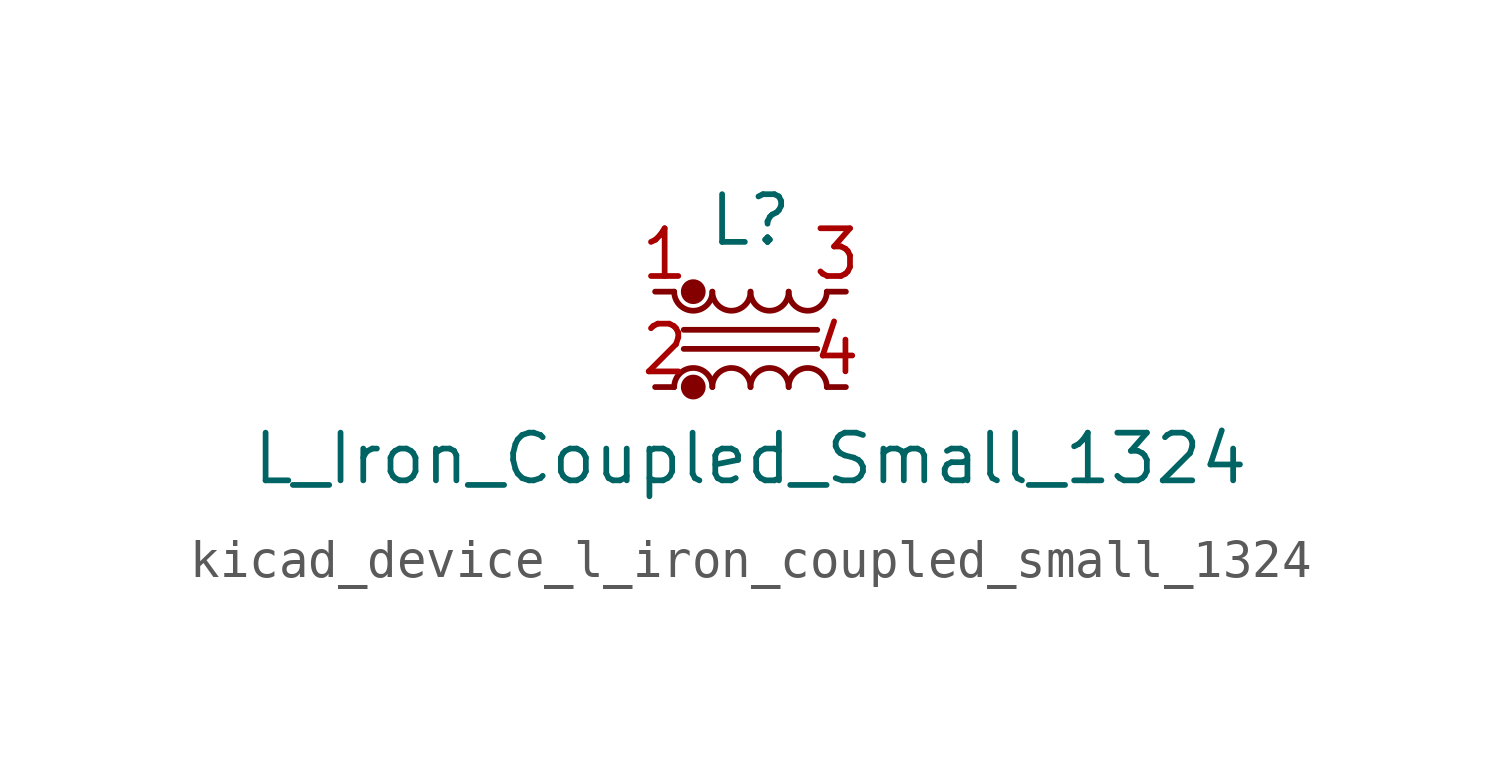
<source format=kicad_sym>
(kicad_symbol_lib
  (version 20220914)
  (generator kicad_symbol_editor)
  (symbol "kicad_device_l_iron_coupled_small_1324"
    (pin_names
      (offset 0.254) hide)
    (property "Reference" "L"
      (at 0 3.175 0)
      (effects (font (size 1.27 1.27))))
    (property "Value" "L_Iron_Coupled_Small_1324"
      (at 0 -3.175 0)
      (effects (font (size 1.27 1.27))))
    (symbol "kicad_device_l_iron_coupled_small_1324_0_1"
      (arc (start -2.032 1.27) (mid -1.524 0.7642) (end -1.016 1.27) (stroke (width 0) (type default)) (fill (type none)))
      (circle (center -1.524 -1.27) (radius 0.254) (stroke (width 0) (type default)) (fill (type outline)))
      (circle (center -1.524 1.27) (radius 0.254) (stroke (width 0) (type default)) (fill (type outline)))
      (arc (start -1.016 -1.27) (mid -1.524 -0.7642) (end -2.032 -1.27) (stroke (width 0) (type default)) (fill (type none)))
      (arc (start -1.016 1.27) (mid -0.508 0.7642) (end 0 1.27) (stroke (width 0) (type default)) (fill (type none)))
      (arc (start 0 -1.27) (mid -0.508 -0.7642) (end -1.016 -1.27) (stroke (width 0) (type default)) (fill (type none)))
      (polyline (pts (xy 1.778 -0.254) (xy -1.778 -0.254)) (stroke (width 0) (type default)) (fill (type none)))
      (polyline (pts (xy 1.778 0.254) (xy -1.778 0.254)) (stroke (width 0) (type default)) (fill (type none)))
      (arc (start 0 1.27) (mid 0.508 0.7642) (end 1.016 1.27) (stroke (width 0) (type default)) (fill (type none)))
      (arc (start 1.016 -1.27) (mid 0.508 -0.7642) (end 0 -1.27) (stroke (width 0) (type default)) (fill (type none)))
      (arc (start 1.016 1.27) (mid 1.524 0.7642) (end 2.032 1.27) (stroke (width 0) (type default)) (fill (type none)))
      (arc (start 2.032 -1.27) (mid 1.524 -0.7642) (end 1.016 -1.27) (stroke (width 0) (type default)) (fill (type none))))
    (symbol "kicad_device_l_iron_coupled_small_1324_1_1"
      (pin passive line (at -2.54 1.27 0) (length 0.508) (name "1" (effects (font (size 1.27 1.27)))) (number "1" (effects (font (size 1.27 1.27)))))
      (pin passive line (at -2.54 -1.27 0) (length 0.508) (name "2" (effects (font (size 1.27 1.27)))) (number "2" (effects (font (size 1.27 1.27)))))
      (pin passive line (at 2.54 1.27 180) (length 0.508) (name "3" (effects (font (size 1.27 1.27)))) (number "3" (effects (font (size 1.27 1.27)))))
      (pin passive line (at 2.54 -1.27 180) (length 0.508) (name "4" (effects (font (size 1.27 1.27)))) (number "4" (effects (font (size 1.27 1.27))))))))
</source>
